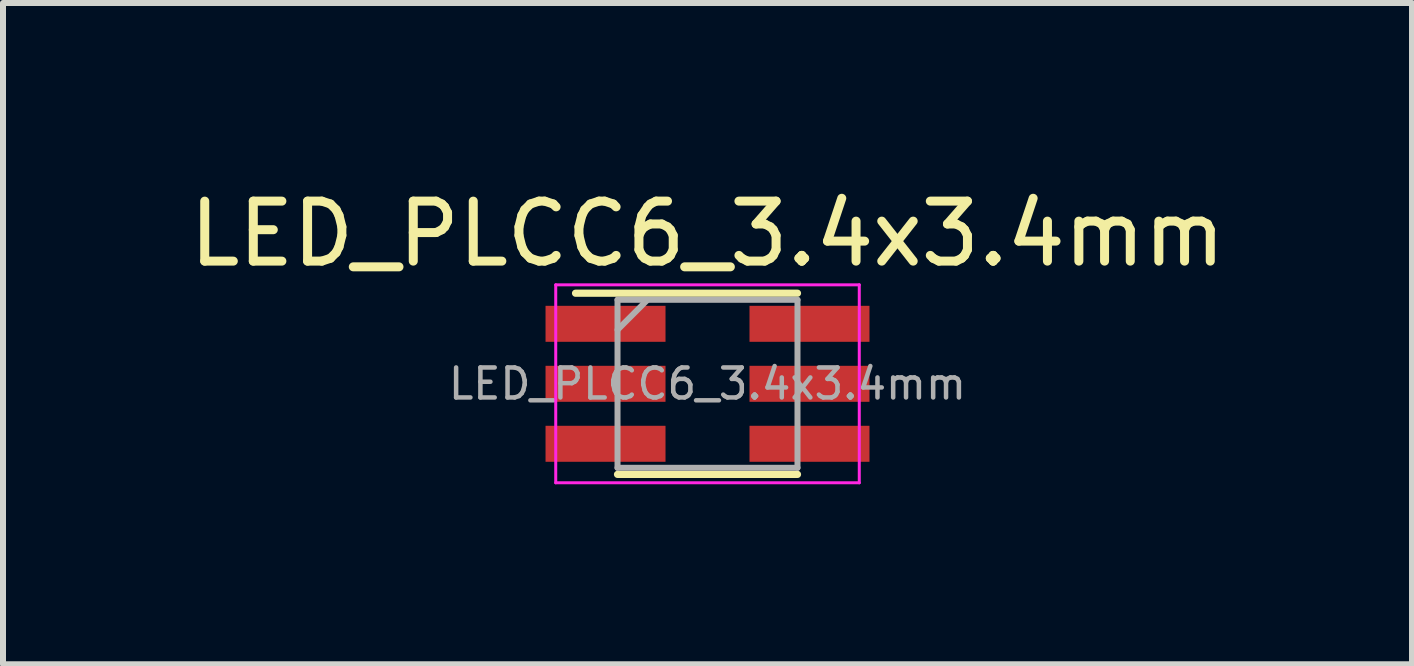
<source format=kicad_pcb>
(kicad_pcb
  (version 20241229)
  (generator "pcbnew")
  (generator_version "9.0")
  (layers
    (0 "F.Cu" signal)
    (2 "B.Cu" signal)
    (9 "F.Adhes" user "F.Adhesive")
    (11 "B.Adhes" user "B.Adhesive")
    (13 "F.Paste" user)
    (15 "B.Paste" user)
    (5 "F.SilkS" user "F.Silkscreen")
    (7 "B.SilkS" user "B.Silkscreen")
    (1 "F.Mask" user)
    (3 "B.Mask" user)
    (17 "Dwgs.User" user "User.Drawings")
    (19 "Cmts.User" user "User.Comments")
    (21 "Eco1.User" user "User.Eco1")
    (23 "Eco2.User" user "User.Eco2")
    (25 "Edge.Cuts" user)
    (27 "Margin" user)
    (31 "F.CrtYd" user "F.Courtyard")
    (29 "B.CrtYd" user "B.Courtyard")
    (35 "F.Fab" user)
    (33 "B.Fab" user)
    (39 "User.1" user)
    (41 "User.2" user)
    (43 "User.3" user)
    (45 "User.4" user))
  (footprint "LED_PLCC6_3.4x3.4mm"
    (layer "F.Cu")
    (at 8.744 3.348)
    (property "Reference" "LED_PLCC6_3.4x3.4mm" (at 0 -2.5 0) (layer "F.SilkS") (effects (font (size 1 1) (thickness 0.15))))
    (attr smd)
    (fp_line (start -2.2 -1.51) (end 1.5 -1.51) (stroke (width 0.12) (type solid)) (layer "F.SilkS"))
    (fp_line (start -1.5 1.51) (end 1.5 1.51) (stroke (width 0.12) (type solid)) (layer "F.SilkS"))
    (fp_line (start -2.53 -1.65) (end -2.53 1.65) (stroke (width 0.05) (type solid)) (layer "F.CrtYd"))
    (fp_line (start -2.53 -1.65) (end 2.53 -1.65) (stroke (width 0.05) (type solid)) (layer "F.CrtYd"))
    (fp_line (start -2.53 1.65) (end 2.53 1.65) (stroke (width 0.05) (type solid)) (layer "F.CrtYd"))
    (fp_line (start 2.53 -1.65) (end 2.53 1.65) (stroke (width 0.05) (type solid)) (layer "F.CrtYd"))
    (fp_line (start -1.5 -1.4) (end -1.5 1.4) (stroke (width 0.1) (type solid)) (layer "F.Fab"))
    (fp_line (start -1.5 -1.4) (end 1.5 -1.4) (stroke (width 0.1) (type solid)) (layer "F.Fab"))
    (fp_line (start -1.5 -0.9) (end -1 -1.4) (stroke (width 0.1) (type solid)) (layer "F.Fab"))
    (fp_line (start -1.5 1.4) (end 1.5 1.4) (stroke (width 0.1) (type solid)) (layer "F.Fab"))
    (fp_line (start 1.5 -1.4) (end 1.5 1.4) (stroke (width 0.1) (type solid)) (layer "F.Fab"))
    (fp_text user "${REFERENCE}" (at 0 0 0) (layer "F.Fab") (effects (font (size 0.5 0.5) (thickness 0.075))))
    (pad "1" smd rect (at -1.7 -1) (size 2 0.6) (layers "F.Cu" "F.Mask" "F.Paste"))
    (pad "2" smd rect (at -1.7 0) (size 2 0.6) (layers "F.Cu" "F.Mask" "F.Paste"))
    (pad "3" smd rect (at -1.7 1) (size 2 0.6) (layers "F.Cu" "F.Mask" "F.Paste"))
    (pad "4" smd rect (at 1.7 1) (size 2 0.6) (layers "F.Cu" "F.Mask" "F.Paste"))
    (pad "5" smd rect (at 1.7 0) (size 2 0.6) (layers "F.Cu" "F.Mask" "F.Paste"))
    (pad "6" smd rect (at 1.7 -1) (size 2 0.6) (layers "F.Cu" "F.Mask" "F.Paste")))
  (gr_rect
    (start -3 -3)
    (end 20.488 8.023)
    (stroke (width 0.1) (type default))
    (fill no)
    (layer "Edge.Cuts")))
</source>
